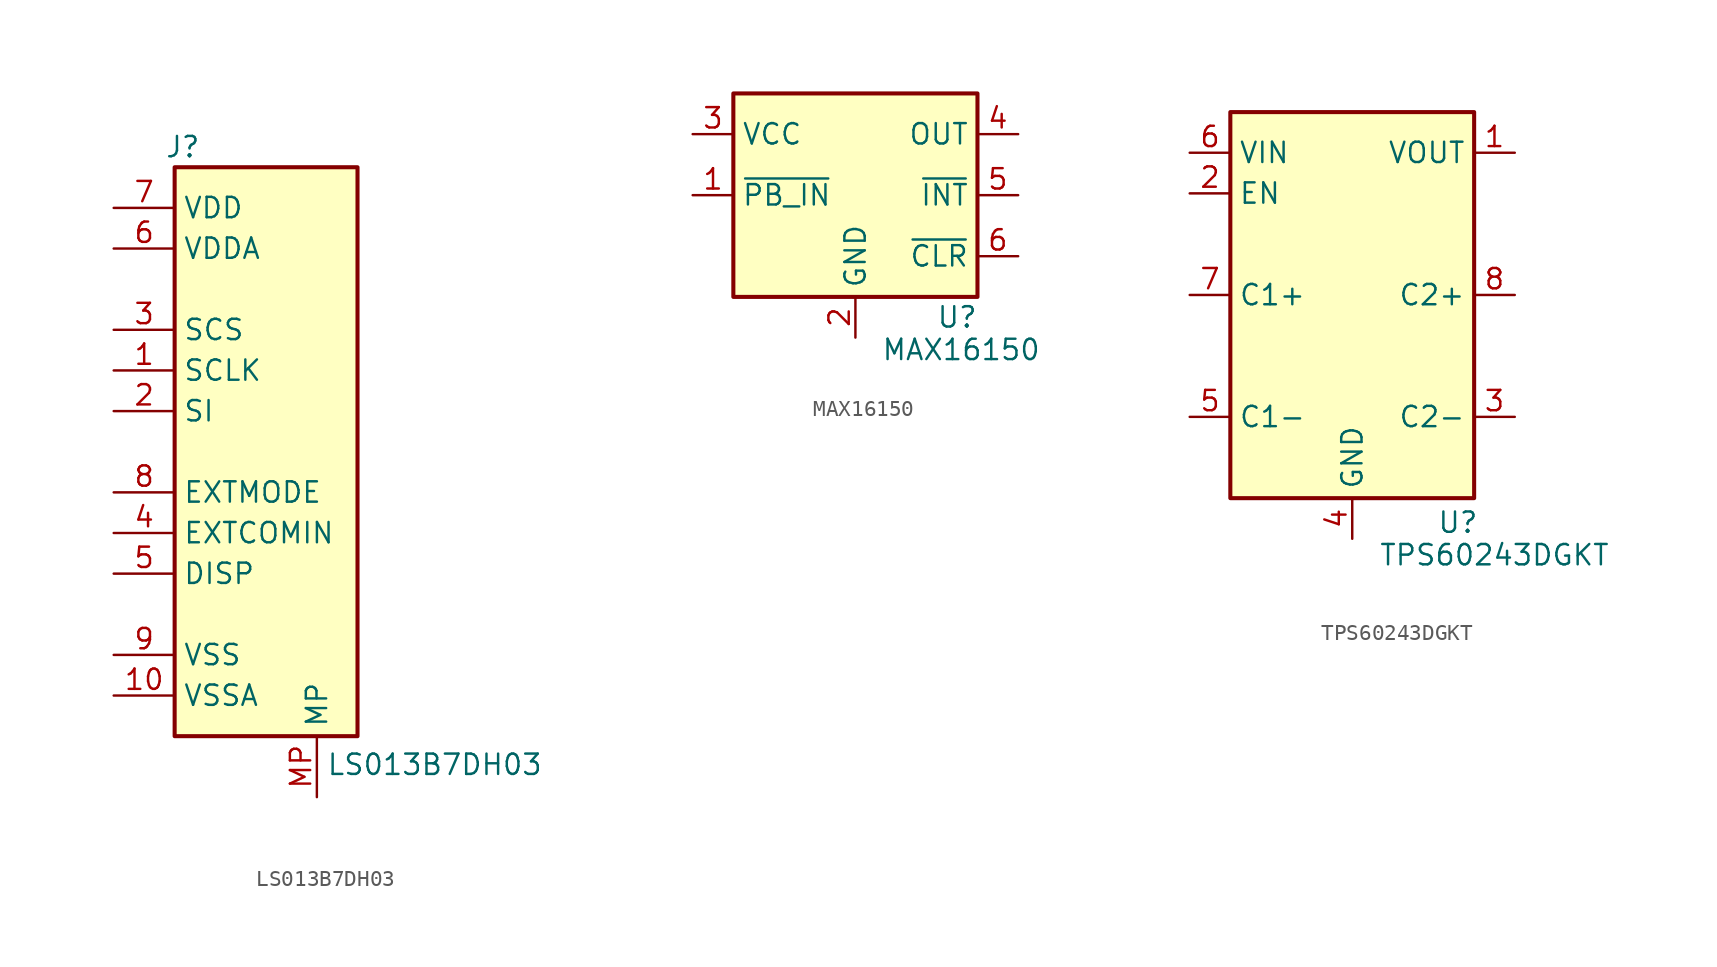
<source format=kicad_sym>
(kicad_symbol_lib
  (version 20231120)
  (generator "kicad_symbol_editor")
  (generator_version "8.0")
  (symbol "LS013B7DH03"
    (property "Reference" "J"
      (at 0.508 1.27 0)
      (effects (font (size 1.27 1.27))))
    (property "Value" "LS013B7DH03"
      (at 16.256 -37.338 0)
      (effects (font (size 1.27 1.27))))
    (symbol "LS013B7DH03_1_1"
      (rectangle (start 0 0) (end 11.43 -35.56) (stroke (width 0.254) (type default)) (fill (type background)))
      (pin passive line (at -3.81 -12.7 0) (length 3.81) (name "SCLK" (effects (font (size 1.27 1.27)))) (number "1" (effects (font (size 1.27 1.27)))))
      (pin passive line (at -3.81 -33.02 0) (length 3.81) (name "VSSA" (effects (font (size 1.27 1.27)))) (number "10" (effects (font (size 1.27 1.27)))))
      (pin passive line (at -3.81 -15.24 0) (length 3.81) (name "SI" (effects (font (size 1.27 1.27)))) (number "2" (effects (font (size 1.27 1.27)))))
      (pin passive line (at -3.81 -10.16 0) (length 3.81) (name "SCS" (effects (font (size 1.27 1.27)))) (number "3" (effects (font (size 1.27 1.27)))))
      (pin passive line (at -3.81 -22.86 0) (length 3.81) (name "EXTCOMIN" (effects (font (size 1.27 1.27)))) (number "4" (effects (font (size 1.27 1.27)))))
      (pin passive line (at -3.81 -25.4 0) (length 3.81) (name "DISP" (effects (font (size 1.27 1.27)))) (number "5" (effects (font (size 1.27 1.27)))))
      (pin passive line (at -3.81 -5.08 0) (length 3.81) (name "VDDA" (effects (font (size 1.27 1.27)))) (number "6" (effects (font (size 1.27 1.27)))))
      (pin passive line (at -3.81 -2.54 0) (length 3.81) (name "VDD" (effects (font (size 1.27 1.27)))) (number "7" (effects (font (size 1.27 1.27)))))
      (pin passive line (at -3.81 -20.32 0) (length 3.81) (name "EXTMODE" (effects (font (size 1.27 1.27)))) (number "8" (effects (font (size 1.27 1.27)))))
      (pin passive line (at -3.81 -30.48 0) (length 3.81) (name "VSS" (effects (font (size 1.27 1.27)))) (number "9" (effects (font (size 1.27 1.27)))))
      (pin free line (at 8.89 -39.37 90) (length 3.81) (name "MP" (effects (font (size 1.27 1.27)))) (number "MP" (effects (font (size 1.27 1.27)))))))
  (symbol "MAX16150"
    (property "Reference" "U"
      (at 6.35 -11.43 0)
      (effects (font (size 1.27 1.27))))
    (property "Value" "MAX16150"
      (at 6.604 -13.462 0)
      (effects (font (size 1.27 1.27))))
    (symbol "MAX16150_0_1"
      (rectangle (start -7.62 2.54) (end 7.62 -10.16) (stroke (width 0.254) (type default)) (fill (type background))))
    (symbol "MAX16150_1_1"
      (pin input line (at -10.16 -3.81 0) (length 2.54) (name "~{PB_IN}" (effects (font (size 1.27 1.27)))) (number "1" (effects (font (size 1.27 1.27)))))
      (pin power_in line (at 0 -12.7 90) (length 2.54) (name "GND" (effects (font (size 1.27 1.27)))) (number "2" (effects (font (size 1.27 1.27)))))
      (pin power_in line (at -10.16 0 0) (length 2.54) (name "VCC" (effects (font (size 1.27 1.27)))) (number "3" (effects (font (size 1.27 1.27)))))
      (pin power_out line (at 10.16 0 180) (length 2.54) (name "OUT" (effects (font (size 1.27 1.27)))) (number "4" (effects (font (size 1.27 1.27)))))
      (pin open_collector line (at 10.16 -3.81 180) (length 2.54) (name "~{INT}" (effects (font (size 1.27 1.27)))) (number "5" (effects (font (size 1.27 1.27)))))
      (pin input line (at 10.16 -7.62 180) (length 2.54) (name "~{CLR}" (effects (font (size 1.27 1.27)))) (number "6" (effects (font (size 1.27 1.27)))))))
  (symbol "TPS60243DGKT"
    (property "Reference" "U"
      (at 6.604 -14.224 0)
      (effects (font (size 1.27 1.27))))
    (property "Value" "TPS60243DGKT"
      (at 8.89 -16.256 0)
      (effects (font (size 1.27 1.27))))
    (symbol "TPS60243DGKT_0_1"
      (rectangle (start -7.62 11.43) (end 7.62 -12.7) (stroke (width 0.254) (type default)) (fill (type background))))
    (symbol "TPS60243DGKT_1_1"
      (pin power_out line (at 10.16 8.89 180) (length 2.54) (name "VOUT" (effects (font (size 1.27 1.27)))) (number "1" (effects (font (size 1.27 1.27)))))
      (pin input line (at -10.16 6.35 0) (length 2.54) (name "EN" (effects (font (size 1.27 1.27)))) (number "2" (effects (font (size 1.27 1.27)))))
      (pin passive line (at 10.16 -7.62 180) (length 2.54) (name "C2-" (effects (font (size 1.27 1.27)))) (number "3" (effects (font (size 1.27 1.27)))))
      (pin power_in line (at 0 -15.24 90) (length 2.54) (name "GND" (effects (font (size 1.27 1.27)))) (number "4" (effects (font (size 1.27 1.27)))))
      (pin passive line (at -10.16 -7.62 0) (length 2.54) (name "C1-" (effects (font (size 1.27 1.27)))) (number "5" (effects (font (size 1.27 1.27)))))
      (pin power_in line (at -10.16 8.89 0) (length 2.54) (name "VIN" (effects (font (size 1.27 1.27)))) (number "6" (effects (font (size 1.27 1.27)))))
      (pin passive line (at -10.16 0 0) (length 2.54) (name "C1+" (effects (font (size 1.27 1.27)))) (number "7" (effects (font (size 1.27 1.27)))))
      (pin passive line (at 10.16 0 180) (length 2.54) (name "C2+" (effects (font (size 1.27 1.27)))) (number "8" (effects (font (size 1.27 1.27))))))))
</source>
